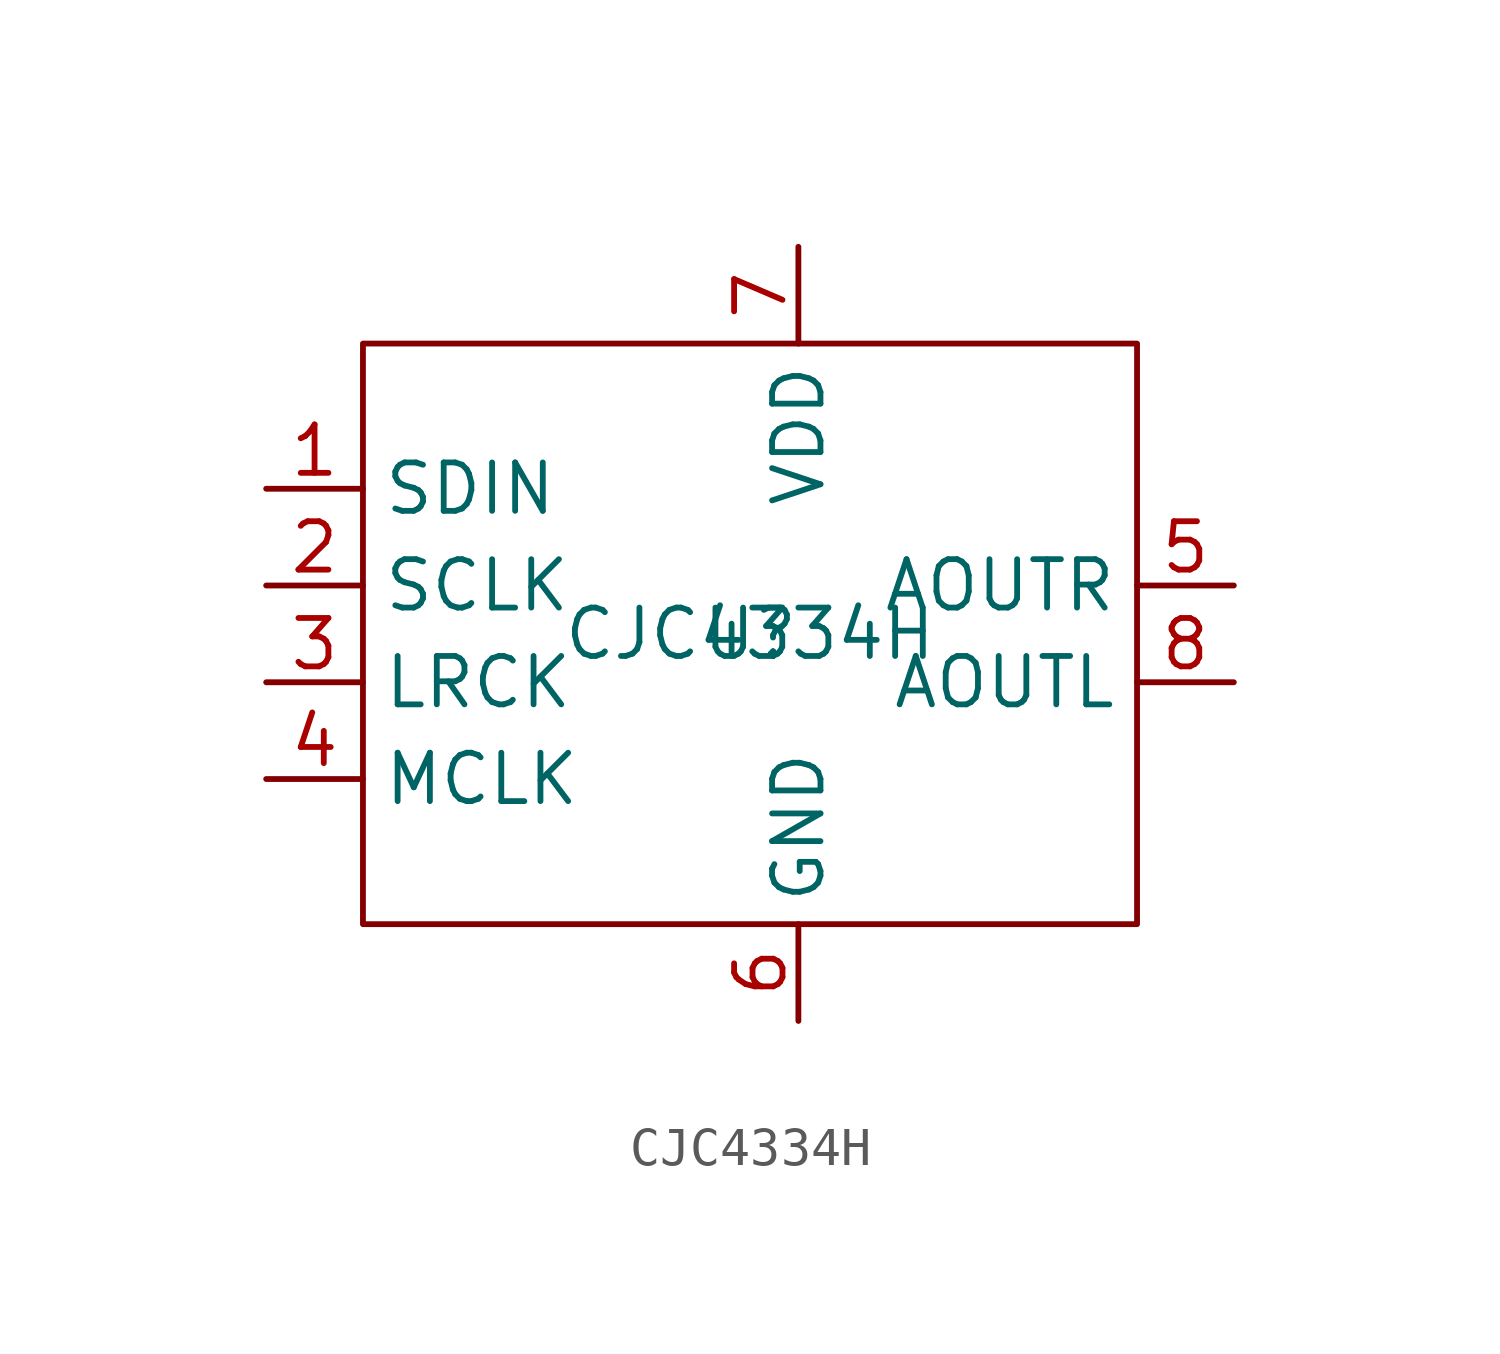
<source format=kicad_sym>
(kicad_symbol_lib
  (version 20241209)
  (generator "kicad_symbol_editor")
  (generator_version "9.0")
  (symbol "CJC4334H"
    (property "Reference" "U"
      (at 0 0 0)
      (effects (font (size 1.27 1.27))))
    (property "Value" "CJC4334H"
      (at 0 0 0)
      (effects (font (size 1.27 1.27))))
    (symbol "CJC4334H_0_1"
      (rectangle (start -10.16 7.62) (end 10.16 -7.62) (stroke (width 0) (type default)) (fill (type none))))
    (symbol "CJC4334H_1_1"
      (pin input line (at -12.7 3.81 0) (length 2.54) (name "SDIN" (effects (font (size 1.27 1.27)))) (number "1" (effects (font (size 1.27 1.27)))))
      (pin input line (at -12.7 1.27 0) (length 2.54) (name "SCLK" (effects (font (size 1.27 1.27)))) (number "2" (effects (font (size 1.27 1.27)))))
      (pin input line (at -12.7 -1.27 0) (length 2.54) (name "LRCK" (effects (font (size 1.27 1.27)))) (number "3" (effects (font (size 1.27 1.27)))))
      (pin input line (at -12.7 -3.81 0) (length 2.54) (name "MCLK" (effects (font (size 1.27 1.27)))) (number "4" (effects (font (size 1.27 1.27)))))
      (pin power_in line (at 1.27 10.16 270) (length 2.54) (name "VDD" (effects (font (size 1.27 1.27)))) (number "7" (effects (font (size 1.27 1.27)))))
      (pin power_in line (at 1.27 -10.16 90) (length 2.54) (name "GND" (effects (font (size 1.27 1.27)))) (number "6" (effects (font (size 1.27 1.27)))))
      (pin output line (at 12.7 1.27 180) (length 2.54) (name "AOUTR" (effects (font (size 1.27 1.27)))) (number "5" (effects (font (size 1.27 1.27)))))
      (pin output line (at 12.7 -1.27 180) (length 2.54) (name "AOUTL" (effects (font (size 1.27 1.27)))) (number "8" (effects (font (size 1.27 1.27))))))))
</source>
